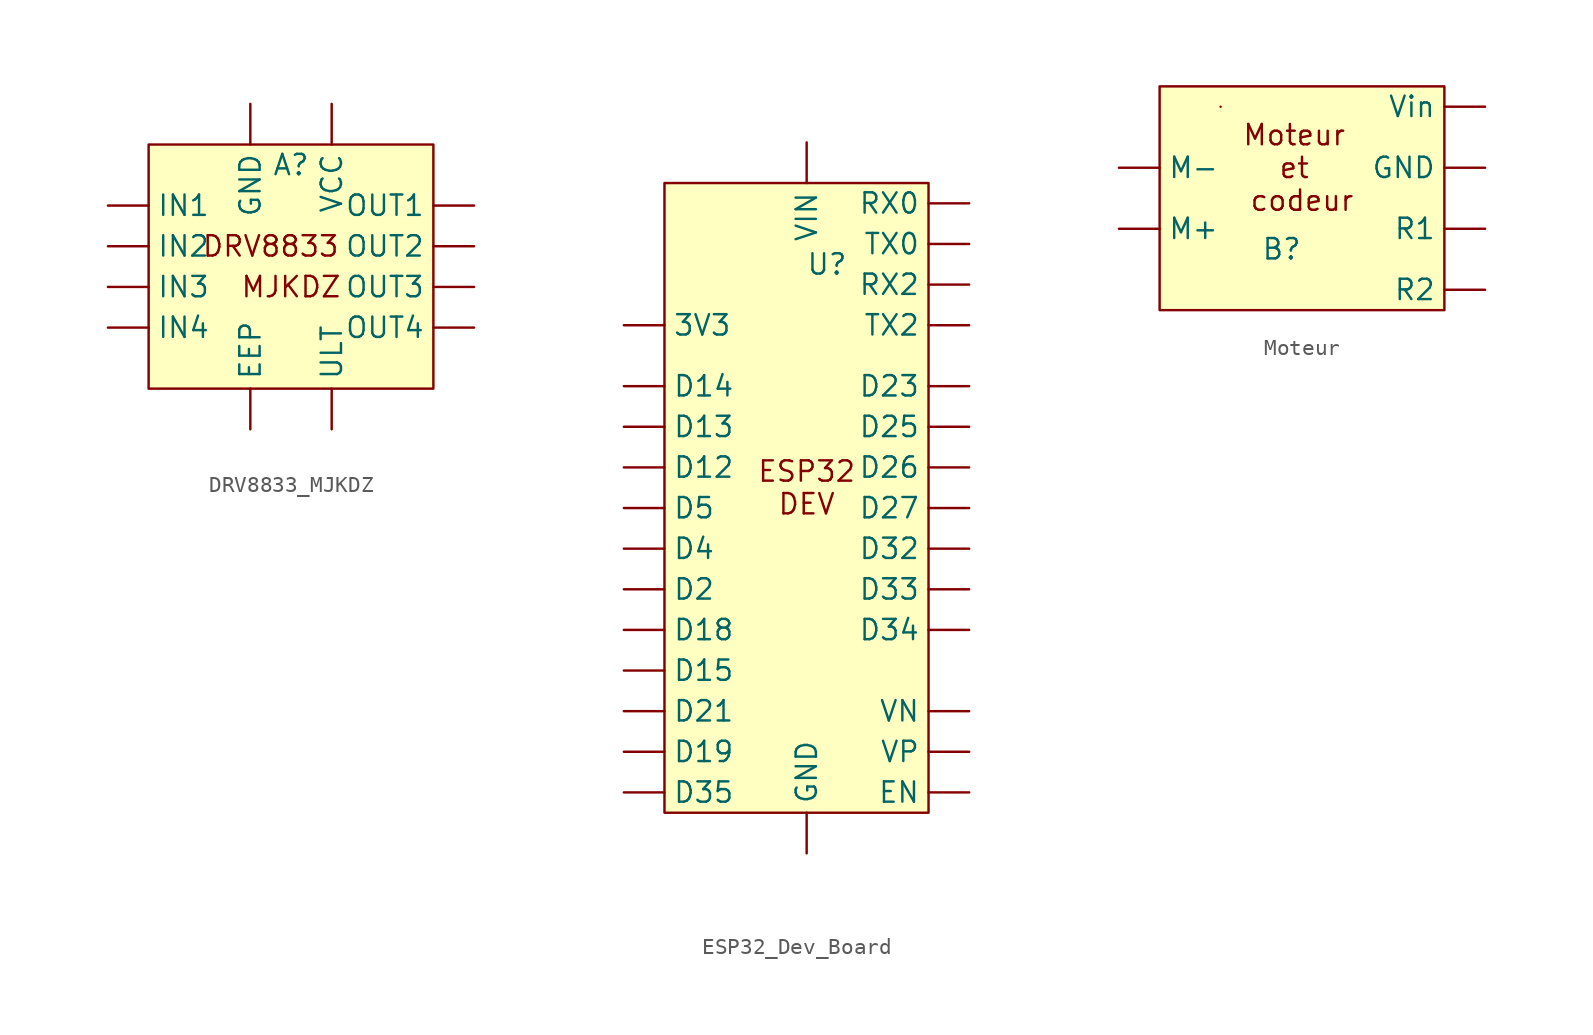
<source format=kicad_sym>
(kicad_symbol_lib
  (version 20220914)
  (generator kicad_symbol_editor)
  (symbol "DRV8833_MJKDZ"
    (property "Reference" "A"
      (at -2.54 1.27 0)
      (effects (font (size 1.27 1.27))))
    (property "Value" ""
      (at 0 0 0)
      (effects (font (size 1.27 1.27))))
    (symbol "DRV8833_MJKDZ_1_1"
      (rectangle (start -11.43 2.54) (end 6.35 -12.7) (stroke (width 0) (type default)) (fill (type background)))
      (text "DRV8833" (at -3.81 -3.81 0) (effects (font (size 1.27 1.27))))
      (text "MJKDZ\n" (at -2.54 -6.35 0) (effects (font (size 1.27 1.27))))
      (pin input line (at -5.08 -15.24 90) (length 2.54) (name "EEP" (effects (font (size 1.27 1.27)))) (number "" (effects (font (size 1.27 1.27)))))
      (pin power_in line (at -5.08 5.08 270) (length 2.54) (name "GND" (effects (font (size 1.27 1.27)))) (number "" (effects (font (size 1.27 1.27)))))
      (pin input line (at -13.97 -1.27 0) (length 2.54) (name "IN1" (effects (font (size 1.27 1.27)))) (number "" (effects (font (size 1.27 1.27)))))
      (pin input line (at -13.97 -3.81 0) (length 2.54) (name "IN2" (effects (font (size 1.27 1.27)))) (number "" (effects (font (size 1.27 1.27)))))
      (pin input line (at -13.97 -6.35 0) (length 2.54) (name "IN3" (effects (font (size 1.27 1.27)))) (number "" (effects (font (size 1.27 1.27)))))
      (pin input line (at -13.97 -8.89 0) (length 2.54) (name "IN4" (effects (font (size 1.27 1.27)))) (number "" (effects (font (size 1.27 1.27)))))
      (pin power_out line (at 8.89 -1.27 180) (length 2.54) (name "OUT1" (effects (font (size 1.27 1.27)))) (number "" (effects (font (size 1.27 1.27)))))
      (pin power_out line (at 8.89 -3.81 180) (length 2.54) (name "OUT2" (effects (font (size 1.27 1.27)))) (number "" (effects (font (size 1.27 1.27)))))
      (pin power_out line (at 8.89 -6.35 180) (length 2.54) (name "OUT3" (effects (font (size 1.27 1.27)))) (number "" (effects (font (size 1.27 1.27)))))
      (pin power_out line (at 8.89 -8.89 180) (length 2.54) (name "OUT4" (effects (font (size 1.27 1.27)))) (number "" (effects (font (size 1.27 1.27)))))
      (pin output line (at 0 -15.24 90) (length 2.54) (name "ULT" (effects (font (size 1.27 1.27)))) (number "" (effects (font (size 1.27 1.27)))))
      (pin power_in line (at 0 5.08 270) (length 2.54) (name "VCC" (effects (font (size 1.27 1.27)))) (number "" (effects (font (size 1.27 1.27)))))))
  (symbol "ESP32_Dev_Board"
    (property "Reference" "U"
      (at 0 0 0)
      (effects (font (size 1.27 1.27))))
    (property "Value" ""
      (at 0 0 0)
      (effects (font (size 1.27 1.27))))
    (symbol "ESP32_Dev_Board_1_1"
      (rectangle (start -10.16 5.08) (end 6.35 -34.29) (stroke (width 0) (type default)) (fill (type background)))
      (text "ESP32\nDEV\n" (at -1.27 -13.97 0) (effects (font (size 1.27 1.27))))
      (pin output line (at -12.7 -3.81 0) (length 2.54) (name "3V3" (effects (font (size 1.27 1.27)))) (number "" (effects (font (size 1.27 1.27)))))
      (pin bidirectional line (at -12.7 -12.7 0) (length 2.54) (name "D12" (effects (font (size 1.27 1.27)))) (number "" (effects (font (size 1.27 1.27)))))
      (pin bidirectional line (at -12.7 -10.16 0) (length 2.54) (name "D13" (effects (font (size 1.27 1.27)))) (number "" (effects (font (size 1.27 1.27)))))
      (pin bidirectional line (at -12.7 -7.62 0) (length 2.54) (name "D14" (effects (font (size 1.27 1.27)))) (number "" (effects (font (size 1.27 1.27)))))
      (pin bidirectional line (at -12.7 -25.4 0) (length 2.54) (name "D15" (effects (font (size 1.27 1.27)))) (number "" (effects (font (size 1.27 1.27)))))
      (pin bidirectional line (at -12.7 -22.86 0) (length 2.54) (name "D18" (effects (font (size 1.27 1.27)))) (number "" (effects (font (size 1.27 1.27)))))
      (pin bidirectional line (at -12.7 -30.48 0) (length 2.54) (name "D19" (effects (font (size 1.27 1.27)))) (number "" (effects (font (size 1.27 1.27)))))
      (pin bidirectional line (at -12.7 -20.32 0) (length 2.54) (name "D2" (effects (font (size 1.27 1.27)))) (number "" (effects (font (size 1.27 1.27)))))
      (pin bidirectional line (at -12.7 -27.94 0) (length 2.54) (name "D21" (effects (font (size 1.27 1.27)))) (number "" (effects (font (size 1.27 1.27)))))
      (pin bidirectional line (at 8.89 -7.62 180) (length 2.54) (name "D23" (effects (font (size 1.27 1.27)))) (number "" (effects (font (size 1.27 1.27)))))
      (pin bidirectional line (at 8.89 -10.16 180) (length 2.54) (name "D25" (effects (font (size 1.27 1.27)))) (number "" (effects (font (size 1.27 1.27)))))
      (pin bidirectional line (at 8.89 -12.7 180) (length 2.54) (name "D26" (effects (font (size 1.27 1.27)))) (number "" (effects (font (size 1.27 1.27)))))
      (pin bidirectional line (at 8.89 -15.24 180) (length 2.54) (name "D27" (effects (font (size 1.27 1.27)))) (number "" (effects (font (size 1.27 1.27)))))
      (pin bidirectional line (at 8.89 -17.78 180) (length 2.54) (name "D32" (effects (font (size 1.27 1.27)))) (number "" (effects (font (size 1.27 1.27)))))
      (pin bidirectional line (at 8.89 -20.32 180) (length 2.54) (name "D33" (effects (font (size 1.27 1.27)))) (number "" (effects (font (size 1.27 1.27)))))
      (pin bidirectional line (at 8.89 -22.86 180) (length 2.54) (name "D34" (effects (font (size 1.27 1.27)))) (number "" (effects (font (size 1.27 1.27)))))
      (pin bidirectional line (at -12.7 -33.02 0) (length 2.54) (name "D35" (effects (font (size 1.27 1.27)))) (number "" (effects (font (size 1.27 1.27)))))
      (pin bidirectional line (at -12.7 -17.78 0) (length 2.54) (name "D4" (effects (font (size 1.27 1.27)))) (number "" (effects (font (size 1.27 1.27)))))
      (pin bidirectional line (at -12.7 -15.24 0) (length 2.54) (name "D5" (effects (font (size 1.27 1.27)))) (number "" (effects (font (size 1.27 1.27)))))
      (pin input line (at 8.89 -33.02 180) (length 2.54) (name "EN" (effects (font (size 1.27 1.27)))) (number "" (effects (font (size 1.27 1.27)))))
      (pin power_out line (at -1.27 -36.83 90) (length 2.54) (name "GND" (effects (font (size 1.27 1.27)))) (number "" (effects (font (size 1.27 1.27)))))
      (pin bidirectional line (at 8.89 3.81 180) (length 2.54) (name "RX0" (effects (font (size 1.27 1.27)))) (number "" (effects (font (size 1.27 1.27)))))
      (pin bidirectional line (at 8.89 -1.27 180) (length 2.54) (name "RX2" (effects (font (size 1.27 1.27)))) (number "" (effects (font (size 1.27 1.27)))))
      (pin bidirectional line (at 8.89 1.27 180) (length 2.54) (name "TX0" (effects (font (size 1.27 1.27)))) (number "" (effects (font (size 1.27 1.27)))))
      (pin bidirectional line (at 8.89 -3.81 180) (length 2.54) (name "TX2" (effects (font (size 1.27 1.27)))) (number "" (effects (font (size 1.27 1.27)))))
      (pin power_in line (at -1.27 7.62 270) (length 2.54) (name "VIN" (effects (font (size 1.27 1.27)))) (number "" (effects (font (size 1.27 1.27)))))
      (pin input line (at 8.89 -27.94 180) (length 2.54) (name "VN" (effects (font (size 1.27 1.27)))) (number "" (effects (font (size 1.27 1.27)))))
      (pin input line (at 8.89 -30.48 180) (length 2.54) (name "VP" (effects (font (size 1.27 1.27)))) (number "" (effects (font (size 1.27 1.27)))))))
  (symbol "Moteur"
    (property "Reference" "B"
      (at 2.54 -2.54 0)
      (effects (font (size 1.27 1.27))))
    (property "Value" ""
      (at 2.54 -2.54 0)
      (effects (font (size 1.27 1.27))))
    (symbol "Moteur_0_1"
      (rectangle (start -1.27 6.35) (end -1.27 6.35) (stroke (width 0) (type default)) (fill (type none))))
    (symbol "Moteur_1_1"
      (rectangle (start -5.08 7.62) (end 12.7 -6.35) (stroke (width 0) (type default)) (fill (type background)))
      (text "Moteur \net \ncodeur" (at 3.81 2.54 0) (effects (font (size 1.27 1.27))))
      (pin power_in line (at 15.24 2.54 180) (length 2.54) (name "GND" (effects (font (size 1.27 1.27)))) (number "" (effects (font (size 1.27 1.27)))))
      (pin power_in line (at -7.62 -1.27 0) (length 2.54) (name "M+" (effects (font (size 1.27 1.27)))) (number "" (effects (font (size 1.27 1.27)))))
      (pin power_in line (at -7.62 2.54 0) (length 2.54) (name "M-" (effects (font (size 1.27 1.27)))) (number "" (effects (font (size 1.27 1.27)))))
      (pin output line (at 15.24 -1.27 180) (length 2.54) (name "R1" (effects (font (size 1.27 1.27)))) (number "" (effects (font (size 1.27 1.27)))))
      (pin output line (at 15.24 -5.08 180) (length 2.54) (name "R2" (effects (font (size 1.27 1.27)))) (number "" (effects (font (size 1.27 1.27)))))
      (pin power_in line (at 15.24 6.35 180) (length 2.54) (name "Vin" (effects (font (size 1.27 1.27)))) (number "" (effects (font (size 1.27 1.27))))))))
</source>
